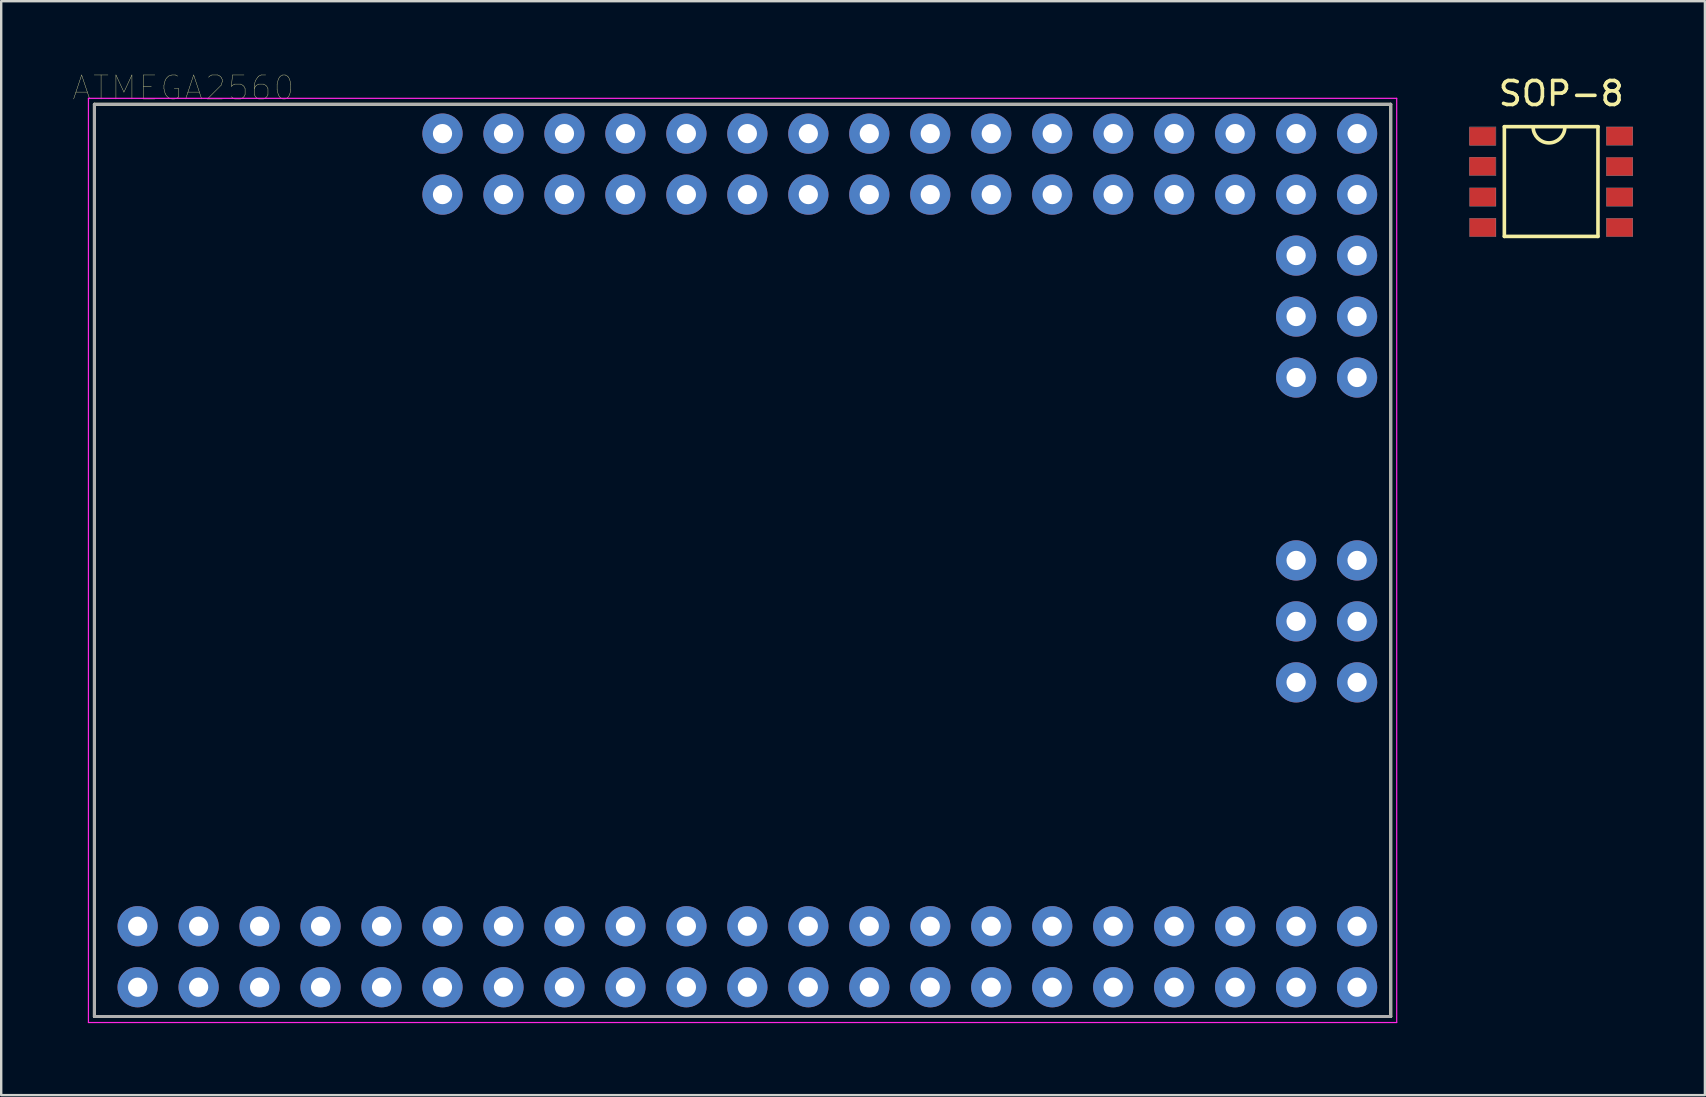
<source format=kicad_pcb>
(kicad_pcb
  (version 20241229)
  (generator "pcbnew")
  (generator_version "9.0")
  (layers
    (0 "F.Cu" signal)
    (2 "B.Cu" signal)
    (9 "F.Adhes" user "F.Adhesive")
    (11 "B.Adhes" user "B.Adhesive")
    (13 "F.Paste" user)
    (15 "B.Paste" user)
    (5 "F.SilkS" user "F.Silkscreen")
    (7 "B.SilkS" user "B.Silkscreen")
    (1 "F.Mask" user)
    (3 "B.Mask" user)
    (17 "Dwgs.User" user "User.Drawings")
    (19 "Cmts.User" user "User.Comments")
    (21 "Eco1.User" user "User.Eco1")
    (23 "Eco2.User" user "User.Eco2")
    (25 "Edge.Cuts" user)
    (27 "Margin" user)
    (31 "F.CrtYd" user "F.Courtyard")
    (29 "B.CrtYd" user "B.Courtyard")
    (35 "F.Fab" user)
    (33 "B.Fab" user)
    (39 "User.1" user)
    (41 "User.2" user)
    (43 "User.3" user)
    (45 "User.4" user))
  (footprint "ATMEGA2560"
    (layer "F.Cu")
    (at 27.884 20.296)
    (property "Reference" "ATMEGA2560" (at -23.295 -19.685 0) (layer "F.SilkS") (effects (font (size 1 1) (thickness 0.015))))
    (attr through_hole)
    (fp_line (start -27 -19) (end 27 -19) (stroke (width 0.127) (type solid)) (layer "F.SilkS"))
    (fp_line (start -27 19) (end -27 -19) (stroke (width 0.127) (type solid)) (layer "F.SilkS"))
    (fp_line (start -27 19) (end 27 19) (stroke (width 0.127) (type solid)) (layer "F.SilkS"))
    (fp_line (start 27 19) (end 27 -19) (stroke (width 0.127) (type solid)) (layer "F.SilkS"))
    (fp_line (start -27.25 -19.25) (end 27.25 -19.25) (stroke (width 0.05) (type solid)) (layer "F.CrtYd"))
    (fp_line (start -27.25 19.25) (end -27.25 -19.25) (stroke (width 0.05) (type solid)) (layer "F.CrtYd"))
    (fp_line (start 27.25 -19.25) (end 27.25 19.25) (stroke (width 0.05) (type solid)) (layer "F.CrtYd"))
    (fp_line (start 27.25 19.25) (end -27.25 19.25) (stroke (width 0.05) (type solid)) (layer "F.CrtYd"))
    (fp_line (start -27 -19) (end 27 -19) (stroke (width 0.127) (type solid)) (layer "F.Fab"))
    (fp_line (start -27 19) (end -27 -19) (stroke (width 0.127) (type solid)) (layer "F.Fab"))
    (fp_line (start -27 19) (end 27 19) (stroke (width 0.127) (type solid)) (layer "F.Fab"))
    (fp_line (start 27 19) (end 27 -19) (stroke (width 0.127) (type solid)) (layer "F.Fab"))
    (pad "3V3_1" thru_hole circle (at -17.58 17.78) (size 1.676 1.676) (drill 0.8) (layers "*.Cu" "*.Mask"))
    (pad "3V3_2" thru_hole circle (at -17.58 15.24) (size 1.676 1.676) (drill 0.8) (layers "*.Cu" "*.Mask"))
    (pad "5V_1" thru_hole circle (at -20.12 17.78) (size 1.676 1.676) (drill 0.8) (layers "*.Cu" "*.Mask"))
    (pad "5V_2" thru_hole circle (at -20.12 15.24) (size 1.676 1.676) (drill 0.8) (layers "*.Cu" "*.Mask"))
    (pad "5V_3" thru_hole circle (at 25.6 0) (size 1.676 1.676) (drill 0.8) (layers "*.Cu" "*.Mask"))
    (pad "A0" thru_hole circle (at -12.5 -17.78) (size 1.676 1.676) (drill 0.8) (layers "*.Cu" "*.Mask"))
    (pad "A1" thru_hole circle (at -12.5 -15.24) (size 1.676 1.676) (drill 0.8) (layers "*.Cu" "*.Mask"))
    (pad "A2" thru_hole circle (at -9.96 -17.78) (size 1.676 1.676) (drill 0.8) (layers "*.Cu" "*.Mask"))
    (pad "A3" thru_hole circle (at -9.96 -15.24) (size 1.676 1.676) (drill 0.8) (layers "*.Cu" "*.Mask"))
    (pad "A4" thru_hole circle (at -7.42 -17.78) (size 1.676 1.676) (drill 0.8) (layers "*.Cu" "*.Mask"))
    (pad "A5" thru_hole circle (at -7.42 -15.24) (size 1.676 1.676) (drill 0.8) (layers "*.Cu" "*.Mask"))
    (pad "A6" thru_hole circle (at -4.88 -17.78) (size 1.676 1.676) (drill 0.8) (layers "*.Cu" "*.Mask"))
    (pad "A7" thru_hole circle (at -4.88 -15.24) (size 1.676 1.676) (drill 0.8) (layers "*.Cu" "*.Mask"))
    (pad "A8" thru_hole circle (at -2.34 -17.78) (size 1.676 1.676) (drill 0.8) (layers "*.Cu" "*.Mask"))
    (pad "A9" thru_hole circle (at -2.34 -15.24) (size 1.676 1.676) (drill 0.8) (layers "*.Cu" "*.Mask"))
    (pad "A10" thru_hole circle (at 0.2 -17.78) (size 1.676 1.676) (drill 0.8) (layers "*.Cu" "*.Mask"))
    (pad "A11" thru_hole circle (at 0.2 -15.24) (size 1.676 1.676) (drill 0.8) (layers "*.Cu" "*.Mask"))
    (pad "A12" thru_hole circle (at 2.74 -17.78) (size 1.676 1.676) (drill 0.8) (layers "*.Cu" "*.Mask"))
    (pad "A13" thru_hole circle (at 2.74 -15.24) (size 1.676 1.676) (drill 0.8) (layers "*.Cu" "*.Mask"))
    (pad "A14" thru_hole circle (at 5.28 -17.78) (size 1.676 1.676) (drill 0.8) (layers "*.Cu" "*.Mask"))
    (pad "A15" thru_hole circle (at 5.28 -15.24) (size 1.676 1.676) (drill 0.8) (layers "*.Cu" "*.Mask"))
    (pad "AREF" thru_hole circle (at -15.04 15.24) (size 1.676 1.676) (drill 0.8) (layers "*.Cu" "*.Mask"))
    (pad "D2" thru_hole circle (at -9.96 15.24) (size 1.676 1.676) (drill 0.8) (layers "*.Cu" "*.Mask"))
    (pad "D3" thru_hole circle (at -9.96 17.78) (size 1.676 1.676) (drill 0.8) (layers "*.Cu" "*.Mask"))
    (pad "D4" thru_hole circle (at -7.42 15.24) (size 1.676 1.676) (drill 0.8) (layers "*.Cu" "*.Mask"))
    (pad "D5" thru_hole circle (at -7.42 17.78) (size 1.676 1.676) (drill 0.8) (layers "*.Cu" "*.Mask"))
    (pad "D6" thru_hole circle (at -4.88 15.24) (size 1.676 1.676) (drill 0.8) (layers "*.Cu" "*.Mask"))
    (pad "D7" thru_hole circle (at -4.88 17.78) (size 1.676 1.676) (drill 0.8) (layers "*.Cu" "*.Mask"))
    (pad "D8" thru_hole circle (at -2.34 15.24) (size 1.676 1.676) (drill 0.8) (layers "*.Cu" "*.Mask"))
    (pad "D9" thru_hole circle (at -2.34 17.78) (size 1.676 1.676) (drill 0.8) (layers "*.Cu" "*.Mask"))
    (pad "D10" thru_hole circle (at 0.2 15.24) (size 1.676 1.676) (drill 0.8) (layers "*.Cu" "*.Mask"))
    (pad "D11" thru_hole circle (at 0.2 17.78) (size 1.676 1.676) (drill 0.8) (layers "*.Cu" "*.Mask"))
    (pad "D12" thru_hole circle (at 2.74 15.24) (size 1.676 1.676) (drill 0.8) (layers "*.Cu" "*.Mask"))
    (pad "D13" thru_hole circle (at 2.74 17.78) (size 1.676 1.676) (drill 0.8) (layers "*.Cu" "*.Mask"))
    (pad "D14" thru_hole circle (at 5.28 15.24) (size 1.676 1.676) (drill 0.8) (layers "*.Cu" "*.Mask"))
    (pad "D15" thru_hole circle (at 5.28 17.78) (size 1.676 1.676) (drill 0.8) (layers "*.Cu" "*.Mask"))
    (pad "D16" thru_hole circle (at 7.82 15.24) (size 1.676 1.676) (drill 0.8) (layers "*.Cu" "*.Mask"))
    (pad "D17" thru_hole circle (at 7.82 17.78) (size 1.676 1.676) (drill 0.8) (layers "*.Cu" "*.Mask"))
    (pad "D18" thru_hole circle (at 10.36 15.24) (size 1.676 1.676) (drill 0.8) (layers "*.Cu" "*.Mask"))
    (pad "D19" thru_hole circle (at 10.36 17.78) (size 1.676 1.676) (drill 0.8) (layers "*.Cu" "*.Mask"))
    (pad "D20" thru_hole circle (at 12.9 15.24) (size 1.676 1.676) (drill 0.8) (layers "*.Cu" "*.Mask"))
    (pad "D21" thru_hole circle (at 12.9 17.78) (size 1.676 1.676) (drill 0.8) (layers "*.Cu" "*.Mask"))
    (pad "D22" thru_hole circle (at 15.44 15.24) (size 1.676 1.676) (drill 0.8) (layers "*.Cu" "*.Mask"))
    (pad "D23" thru_hole circle (at 15.44 17.78) (size 1.676 1.676) (drill 0.8) (layers "*.Cu" "*.Mask"))
    (pad "D24" thru_hole circle (at 17.98 15.24) (size 1.676 1.676) (drill 0.8) (layers "*.Cu" "*.Mask"))
    (pad "D25" thru_hole circle (at 17.98 17.78) (size 1.676 1.676) (drill 0.8) (layers "*.Cu" "*.Mask"))
    (pad "D26" thru_hole circle (at 20.52 15.24) (size 1.676 1.676) (drill 0.8) (layers "*.Cu" "*.Mask"))
    (pad "D27" thru_hole circle (at 20.52 17.78) (size 1.676 1.676) (drill 0.8) (layers "*.Cu" "*.Mask"))
    (pad "D28" thru_hole circle (at 23.06 15.24) (size 1.676 1.676) (drill 0.8) (layers "*.Cu" "*.Mask"))
    (pad "D29" thru_hole circle (at 23.06 17.78) (size 1.676 1.676) (drill 0.8) (layers "*.Cu" "*.Mask"))
    (pad "D30" thru_hole circle (at 25.6 15.24) (size 1.676 1.676) (drill 0.8) (layers "*.Cu" "*.Mask"))
    (pad "D31" thru_hole circle (at 25.6 17.78) (size 1.676 1.676) (drill 0.8) (layers "*.Cu" "*.Mask"))
    (pad "D32" thru_hole circle (at 7.82 -17.78) (size 1.676 1.676) (drill 0.8) (layers "*.Cu" "*.Mask"))
    (pad "D33" thru_hole circle (at 7.82 -15.24) (size 1.676 1.676) (drill 0.8) (layers "*.Cu" "*.Mask"))
    (pad "D34" thru_hole circle (at 10.36 -17.78) (size 1.676 1.676) (drill 0.8) (layers "*.Cu" "*.Mask"))
    (pad "D35" thru_hole circle (at 10.36 -15.24) (size 1.676 1.676) (drill 0.8) (layers "*.Cu" "*.Mask"))
    (pad "D36" thru_hole circle (at 12.9 -17.78) (size 1.676 1.676) (drill 0.8) (layers "*.Cu" "*.Mask"))
    (pad "D37" thru_hole circle (at 12.9 -15.24) (size 1.676 1.676) (drill 0.8) (layers "*.Cu" "*.Mask"))
    (pad "D38" thru_hole circle (at 15.44 -17.78) (size 1.676 1.676) (drill 0.8) (layers "*.Cu" "*.Mask"))
    (pad "D39" thru_hole circle (at 15.44 -15.24) (size 1.676 1.676) (drill 0.8) (layers "*.Cu" "*.Mask"))
    (pad "D40" thru_hole circle (at 17.98 -17.78) (size 1.676 1.676) (drill 0.8) (layers "*.Cu" "*.Mask"))
    (pad "D41" thru_hole circle (at 17.98 -15.24) (size 1.676 1.676) (drill 0.8) (layers "*.Cu" "*.Mask"))
    (pad "D42" thru_hole circle (at 20.52 -17.78) (size 1.676 1.676) (drill 0.8) (layers "*.Cu" "*.Mask"))
    (pad "D43" thru_hole circle (at 20.52 -15.24) (size 1.676 1.676) (drill 0.8) (layers "*.Cu" "*.Mask"))
    (pad "D44" thru_hole circle (at 23.06 -17.78) (size 1.676 1.676) (drill 0.8) (layers "*.Cu" "*.Mask"))
    (pad "D45" thru_hole circle (at 23.06 -15.24) (size 1.676 1.676) (drill 0.8) (layers "*.Cu" "*.Mask"))
    (pad "D46" thru_hole circle (at 25.6 -17.78) (size 1.676 1.676) (drill 0.8) (layers "*.Cu" "*.Mask"))
    (pad "D47" thru_hole circle (at 25.6 -15.24) (size 1.676 1.676) (drill 0.8) (layers "*.Cu" "*.Mask"))
    (pad "D48" thru_hole circle (at 25.6 -12.7) (size 1.676 1.676) (drill 0.8) (layers "*.Cu" "*.Mask"))
    (pad "D49" thru_hole circle (at 23.06 -12.7) (size 1.676 1.676) (drill 0.8) (layers "*.Cu" "*.Mask"))
    (pad "D50" thru_hole circle (at 25.6 -10.16) (size 1.676 1.676) (drill 0.8) (layers "*.Cu" "*.Mask"))
    (pad "D51" thru_hole circle (at 23.06 -10.16) (size 1.676 1.676) (drill 0.8) (layers "*.Cu" "*.Mask"))
    (pad "D52" thru_hole circle (at 25.6 -7.62) (size 1.676 1.676) (drill 0.8) (layers "*.Cu" "*.Mask"))
    (pad "D53" thru_hole circle (at 23.06 -7.62) (size 1.676 1.676) (drill 0.8) (layers "*.Cu" "*.Mask"))
    (pad "GND_1" thru_hole circle (at -22.66 17.78) (size 1.676 1.676) (drill 0.8) (layers "*.Cu" "*.Mask"))
    (pad "GND_2" thru_hole circle (at -22.66 15.24) (size 1.676 1.676) (drill 0.8) (layers "*.Cu" "*.Mask"))
    (pad "GND_3" thru_hole circle (at 25.6 5.08) (size 1.676 1.676) (drill 0.8) (layers "*.Cu" "*.Mask"))
    (pad "MISO" thru_hole circle (at 23.06 0) (size 1.676 1.676) (drill 0.8) (layers "*.Cu" "*.Mask"))
    (pad "MOSI" thru_hole circle (at 25.6 2.54) (size 1.676 1.676) (drill 0.8) (layers "*.Cu" "*.Mask"))
    (pad "RESET" thru_hole circle (at 23.06 5.08) (size 1.676 1.676) (drill 0.8) (layers "*.Cu" "*.Mask"))
    (pad "RST" thru_hole circle (at -15.04 17.78) (size 1.676 1.676) (drill 0.8) (layers "*.Cu" "*.Mask"))
    (pad "RX" thru_hole circle (at -12.5 15.24) (size 1.676 1.676) (drill 0.8) (layers "*.Cu" "*.Mask"))
    (pad "SCK" thru_hole circle (at 23.06 2.54) (size 1.676 1.676) (drill 0.8) (layers "*.Cu" "*.Mask"))
    (pad "TX" thru_hole circle (at -12.5 17.78) (size 1.676 1.676) (drill 0.8) (layers "*.Cu" "*.Mask"))
    (pad "VIN_1" thru_hole circle (at -25.2 17.78) (size 1.676 1.676) (drill 0.8) (layers "*.Cu" "*.Mask"))
    (pad "VIN_2" thru_hole circle (at -25.2 15.24) (size 1.676 1.676) (drill 0.8) (layers "*.Cu" "*.Mask")))
  (footprint "SOP-8"
    (layer "F.Cu")
    (at 61.489 4.918)
    (property "Reference" "SOP-8" (at 0.5 -4.07 0) (layer "F.SilkS") (effects (font (size 1 1) (thickness 0.15))))
    (attr through_hole)
    (fp_line (start -1.87 -2.69) (end 2.03 -2.69) (stroke (width 0.15) (type solid)) (layer "F.SilkS"))
    (fp_line (start -1.87 1.88) (end -1.87 -2.69) (stroke (width 0.15) (type solid)) (layer "F.SilkS"))
    (fp_line (start 2.03 -2.69) (end 2.03 1.88) (stroke (width 0.15) (type solid)) (layer "F.SilkS"))
    (fp_line (start 2.03 1.88) (end -1.87 1.88) (stroke (width 0.15) (type solid)) (layer "F.SilkS"))
    (fp_arc (start 0.649999 -2.660001) (mid -0.019999 -2.010001) (end -0.669999 -2.679999) (stroke (width 0.15) (type solid)) (layer "F.SilkS"))
    (fp_line (start -3.32 -2.68) (end -3.32 -1.92) (stroke (width 0.01) (type solid)) (layer "Dwgs.User"))
    (fp_line (start -3.32 -1.92) (end -2.22 -1.92) (stroke (width 0.01) (type solid)) (layer "Dwgs.User"))
    (fp_line (start -3.32 -1.41) (end -3.32 -0.65) (stroke (width 0.01) (type solid)) (layer "Dwgs.User"))
    (fp_line (start -3.32 -0.65) (end -2.22 -0.65) (stroke (width 0.01) (type solid)) (layer "Dwgs.User"))
    (fp_line (start -3.32 -0.14) (end -3.32 0.62) (stroke (width 0.01) (type solid)) (layer "Dwgs.User"))
    (fp_line (start -3.32 0.62) (end -2.22 0.62) (stroke (width 0.01) (type solid)) (layer "Dwgs.User"))
    (fp_line (start -3.32 1.13) (end -3.32 1.89) (stroke (width 0.01) (type solid)) (layer "Dwgs.User"))
    (fp_line (start -3.32 1.89) (end -2.22 1.89) (stroke (width 0.01) (type solid)) (layer "Dwgs.User"))
    (fp_line (start -2.22 -2.68) (end -3.32 -2.68) (stroke (width 0.01) (type solid)) (layer "Dwgs.User"))
    (fp_line (start -2.22 -1.92) (end -2.22 -2.68) (stroke (width 0.01) (type solid)) (layer "Dwgs.User"))
    (fp_line (start -2.22 -1.41) (end -3.32 -1.41) (stroke (width 0.01) (type solid)) (layer "Dwgs.User"))
    (fp_line (start -2.22 -0.65) (end -2.22 -1.41) (stroke (width 0.01) (type solid)) (layer "Dwgs.User"))
    (fp_line (start -2.22 -0.14) (end -3.32 -0.14) (stroke (width 0.01) (type solid)) (layer "Dwgs.User"))
    (fp_line (start -2.22 0.62) (end -2.22 -0.14) (stroke (width 0.01) (type solid)) (layer "Dwgs.User"))
    (fp_line (start -2.22 1.13) (end -3.32 1.13) (stroke (width 0.01) (type solid)) (layer "Dwgs.User"))
    (fp_line (start -2.22 1.89) (end -2.22 1.13) (stroke (width 0.01) (type solid)) (layer "Dwgs.User"))
    (fp_line (start 2.38 -2.68) (end 2.38 -1.92) (stroke (width 0.01) (type solid)) (layer "Dwgs.User"))
    (fp_line (start 2.38 -1.92) (end 3.48 -1.92) (stroke (width 0.01) (type solid)) (layer "Dwgs.User"))
    (fp_line (start 2.38 -1.41) (end 2.38 -0.65) (stroke (width 0.01) (type solid)) (layer "Dwgs.User"))
    (fp_line (start 2.38 -0.65) (end 3.48 -0.65) (stroke (width 0.01) (type solid)) (layer "Dwgs.User"))
    (fp_line (start 2.38 -0.14) (end 2.38 0.62) (stroke (width 0.01) (type solid)) (layer "Dwgs.User"))
    (fp_line (start 2.38 0.62) (end 3.48 0.62) (stroke (width 0.01) (type solid)) (layer "Dwgs.User"))
    (fp_line (start 2.38 1.13) (end 2.38 1.89) (stroke (width 0.01) (type solid)) (layer "Dwgs.User"))
    (fp_line (start 2.38 1.89) (end 3.48 1.89) (stroke (width 0.01) (type solid)) (layer "Dwgs.User"))
    (fp_line (start 3.48 -2.68) (end 2.38 -2.68) (stroke (width 0.01) (type solid)) (layer "Dwgs.User"))
    (fp_line (start 3.48 -1.92) (end 3.48 -2.68) (stroke (width 0.01) (type solid)) (layer "Dwgs.User"))
    (fp_line (start 3.48 -1.41) (end 2.38 -1.41) (stroke (width 0.01) (type solid)) (layer "Dwgs.User"))
    (fp_line (start 3.48 -0.65) (end 3.48 -1.41) (stroke (width 0.01) (type solid)) (layer "Dwgs.User"))
    (fp_line (start 3.48 -0.14) (end 2.38 -0.14) (stroke (width 0.01) (type solid)) (layer "Dwgs.User"))
    (fp_line (start 3.48 0.62) (end 3.48 -0.14) (stroke (width 0.01) (type solid)) (layer "Dwgs.User"))
    (fp_line (start 3.48 1.13) (end 2.38 1.13) (stroke (width 0.01) (type solid)) (layer "Dwgs.User"))
    (fp_line (start 3.48 1.89) (end 3.48 1.13) (stroke (width 0.01) (type solid)) (layer "Dwgs.User"))
    (pad "1" smd rect (at -2.78 -2.29) (size 1.1 0.76) (layers "F.Cu" "F.Mask" "F.Paste"))
    (pad "2" smd rect (at -2.78 -1.04) (size 1.1 0.76) (layers "F.Cu" "F.Mask" "F.Paste"))
    (pad "3" smd rect (at -2.77 0.24) (size 1.1 0.76) (layers "F.Cu" "F.Mask" "F.Paste"))
    (pad "4" smd rect (at -2.77 1.51) (size 1.1 0.76) (layers "F.Cu" "F.Mask" "F.Paste"))
    (pad "5" smd rect (at 2.93 1.51) (size 1.1 0.76) (layers "F.Cu" "F.Mask" "F.Paste"))
    (pad "6" smd rect (at 2.93 0.24) (size 1.1 0.76) (layers "F.Cu" "F.Mask" "F.Paste"))
    (pad "7" smd rect (at 2.93 -1.03) (size 1.1 0.76) (layers "F.Cu" "F.Mask" "F.Paste"))
    (pad "8" smd rect (at 2.93 -2.3) (size 1.1 0.76) (layers "F.Cu" "F.Mask" "F.Paste")))
  (gr_rect
    (start -3 -3)
    (end 67.974 42.571)
    (stroke (width 0.1) (type default))
    (fill no)
    (layer "Edge.Cuts")))
</source>
